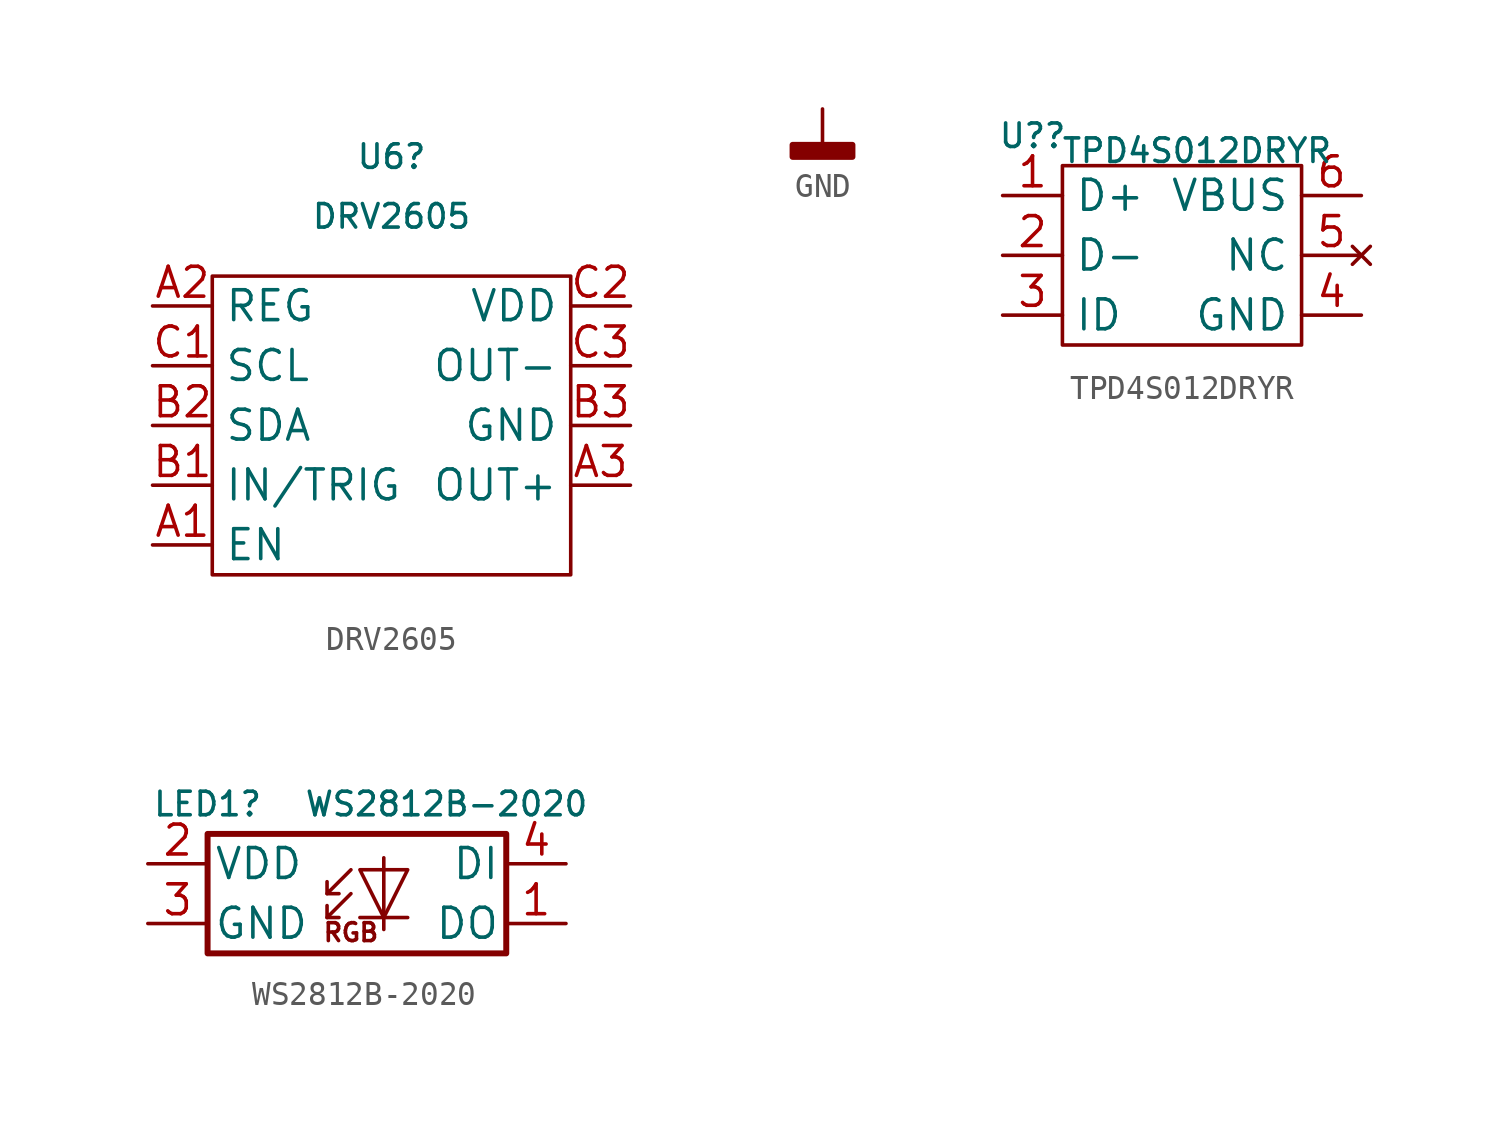
<source format=kicad_sym>
(kicad_symbol_lib
  (version 20211014)
  (generator kicad_symbol_editor)
  (symbol "DRV2605"
    (property "Reference" "U6"
      (at 0 11.43 0)
      (effects (font (size 1 1))))
    (property "Value" "DRV2605"
      (at 0 8.89 0)
      (effects (font (size 1 1))))
    (symbol "DRV2605_0_0"
      (pin input line (at -10.16 -5.08 0) (length 2.54) (name "EN" (effects (font (size 1.27 1.27)))) (number "A1" (effects (font (size 1.27 1.27)))))
      (pin power_out line (at -10.16 5.08 0) (length 2.54) (name "REG" (effects (font (size 1.27 1.27)))) (number "A2" (effects (font (size 1.27 1.27)))))
      (pin output line (at 10.16 -2.54 180) (length 2.54) (name "OUT+" (effects (font (size 1.27 1.27)))) (number "A3" (effects (font (size 1.27 1.27)))))
      (pin input line (at -10.16 -2.54 0) (length 2.54) (name "IN/TRIG" (effects (font (size 1.27 1.27)))) (number "B1" (effects (font (size 1.27 1.27)))))
      (pin bidirectional line (at -10.16 0 0) (length 2.54) (name "SDA" (effects (font (size 1.27 1.27)))) (number "B2" (effects (font (size 1.27 1.27)))))
      (pin power_in line (at 10.16 0 180) (length 2.54) (name "GND" (effects (font (size 1.27 1.27)))) (number "B3" (effects (font (size 1.27 1.27)))))
      (pin input line (at -10.16 2.54 0) (length 2.54) (name "SCL" (effects (font (size 1.27 1.27)))) (number "C1" (effects (font (size 1.27 1.27)))))
      (pin output line (at 10.16 5.08 180) (length 2.54) (name "VDD" (effects (font (size 1.27 1.27)))) (number "C2" (effects (font (size 1.27 1.27)))))
      (pin output line (at 10.16 2.54 180) (length 2.54) (name "OUT-" (effects (font (size 1.27 1.27)))) (number "C3" (effects (font (size 1.27 1.27))))))
    (symbol "DRV2605_0_1"
      (rectangle (start -7.62 6.35) (end 7.62 -6.35) (stroke (width 0) (type default) (color 0 0 0 0)) (fill (type none)))))
  (symbol "GND"
    (power)
    (pin_names
      (offset 0))
    (property "Reference" "#PWR0150"
      (at 0 -6.35 0)
      (effects (font (size 1 1)) hide))
    (symbol "GND_0_1"
      (rectangle (start -1.27 -1.524) (end 1.27 -2.032) (stroke (width 0.254) (type default) (color 0 0 0 0)) (fill (type outline)))
      (polyline (pts (xy 0 0) (xy 0 -1.524)) (stroke (width 0) (type default) (color 0 0 0 0)) (fill (type none))))
    (symbol "GND_1_1"
      (pin power_in line (at 0 0 270) (length 0) hide (name "GND" (effects (font (size 1.27 1.27)))) (number "1" (effects (font (size 1.27 1.27)))))))
  (symbol "TPD4S012DRYR"
    (property "Reference" "U?"
      (at -6.35 5.08 0)
      (effects (font (size 1 1))))
    (property "Value" "TPD4S012DRYR"
      (at 0.635 4.445 0)
      (effects (font (size 1 1))))
    (symbol "TPD4S012DRYR_0_0"
      (pin passive line (at -7.62 2.54 0) (length 2.54) (name "D+" (effects (font (size 1.27 1.27)))) (number "1" (effects (font (size 1.27 1.27)))))
      (pin passive line (at -7.62 0 0) (length 2.54) (name "D-" (effects (font (size 1.27 1.27)))) (number "2" (effects (font (size 1.27 1.27)))))
      (pin passive line (at -7.62 -2.54 0) (length 2.54) (name "ID" (effects (font (size 1.27 1.27)))) (number "3" (effects (font (size 1.27 1.27)))))
      (pin power_in line (at 7.62 -2.54 180) (length 2.54) (name "GND" (effects (font (size 1.27 1.27)))) (number "4" (effects (font (size 1.27 1.27)))))
      (pin no_connect line (at 7.62 0 180) (length 2.54) (name "NC" (effects (font (size 1.27 1.27)))) (number "5" (effects (font (size 1.27 1.27)))))
      (pin power_in line (at 7.62 2.54 180) (length 2.54) (name "VBUS" (effects (font (size 1.27 1.27)))) (number "6" (effects (font (size 1.27 1.27))))))
    (symbol "TPD4S012DRYR_0_1"
      (rectangle (start -5.08 3.81) (end 5.08 -3.81) (stroke (width 0) (type default) (color 0 0 0 0)) (fill (type none)))))
  (symbol "WS2812B-2020"
    (pin_names
      (offset 0.254))
    (property "Reference" "LED1"
      (at -6.35 3.81 0)
      (effects (font (size 1 1))))
    (property "Value" "WS2812B-2020"
      (at 3.81 3.81 0)
      (effects (font (size 1 1))))
    (symbol "WS2812B-2020_0_0"
      (text "RGB" (at -0.254 -1.651 0) (effects (font (size 0.762 0.762)))))
    (symbol "WS2812B-2020_0_1"
      (rectangle (start -6.35 2.54) (end 6.35 -2.54) (stroke (width 0.254) (type default) (color 0 0 0 0)) (fill (type none)))
      (polyline (pts (xy -1.27 -1.016) (xy -0.762 -1.016)) (stroke (width 0) (type default) (color 0 0 0 0)) (fill (type none)))
      (polyline (pts (xy -1.27 0) (xy -0.762 0)) (stroke (width 0) (type default) (color 0 0 0 0)) (fill (type none)))
      (polyline (pts (xy 2.159 -1.016) (xy 0.127 -1.016)) (stroke (width 0) (type default) (color 0 0 0 0)) (fill (type none)))
      (polyline (pts (xy -0.254 0) (xy -1.27 -1.016) (xy -1.27 -0.508)) (stroke (width 0) (type default) (color 0 0 0 0)) (fill (type none)))
      (polyline (pts (xy -0.254 1.016) (xy -1.27 0) (xy -1.27 0.508)) (stroke (width 0) (type default) (color 0 0 0 0)) (fill (type none)))
      (polyline (pts (xy 1.143 1.524) (xy 1.143 -1.016) (xy 1.143 -1.524)) (stroke (width 0) (type default) (color 0 0 0 0)) (fill (type none)))
      (polyline (pts (xy 2.159 1.016) (xy 0.127 1.016) (xy 1.143 -1.016) (xy 2.159 1.016)) (stroke (width 0) (type default) (color 0 0 0 0)) (fill (type none))))
    (symbol "WS2812B-2020_1_1"
      (pin input line (at 8.89 -1.27 180) (length 2.54) (name "DO" (effects (font (size 1.27 1.27)))) (number "1" (effects (font (size 1.27 1.27)))))
      (pin power_in line (at -8.89 1.27 0) (length 2.54) (name "VDD" (effects (font (size 1.27 1.27)))) (number "2" (effects (font (size 1.27 1.27)))))
      (pin power_in line (at -8.89 -1.27 0) (length 2.54) (name "GND" (effects (font (size 1.27 1.27)))) (number "3" (effects (font (size 1.27 1.27)))))
      (pin output line (at 8.89 1.27 180) (length 2.54) (name "DI" (effects (font (size 1.27 1.27)))) (number "4" (effects (font (size 1.27 1.27))))))))
</source>
